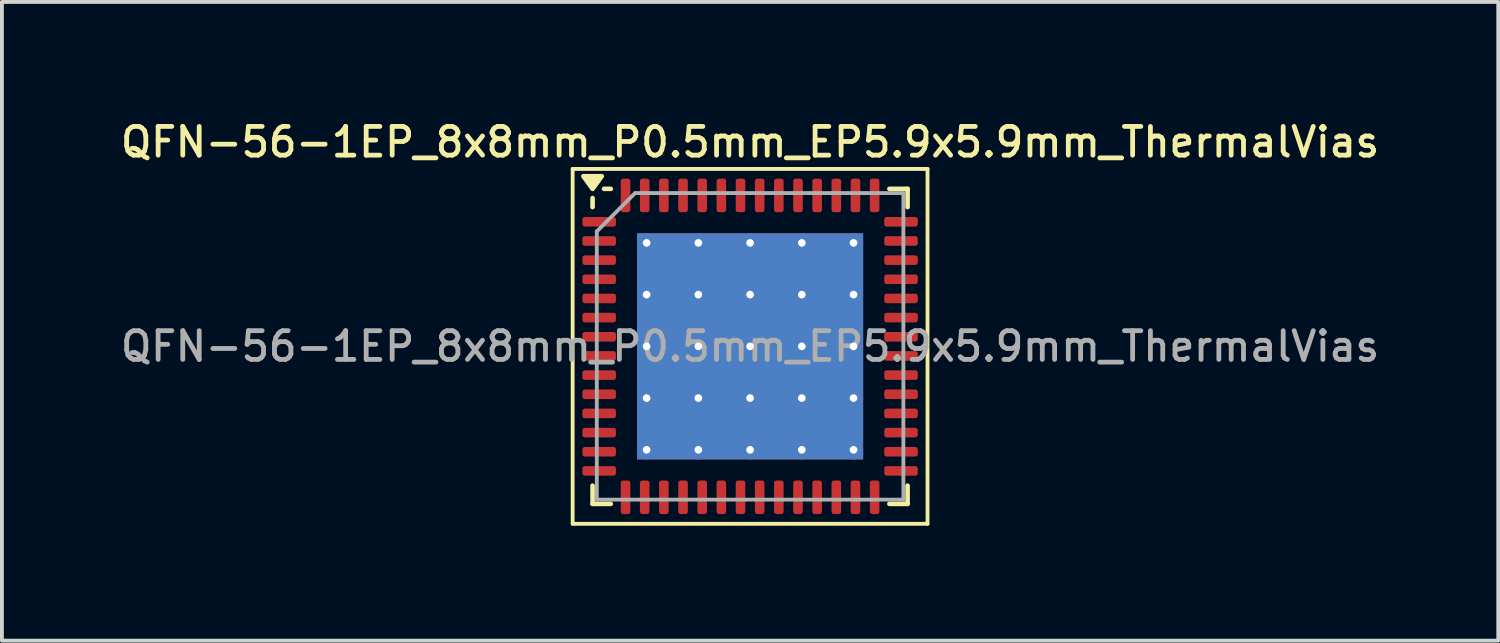
<source format=kicad_pcb>
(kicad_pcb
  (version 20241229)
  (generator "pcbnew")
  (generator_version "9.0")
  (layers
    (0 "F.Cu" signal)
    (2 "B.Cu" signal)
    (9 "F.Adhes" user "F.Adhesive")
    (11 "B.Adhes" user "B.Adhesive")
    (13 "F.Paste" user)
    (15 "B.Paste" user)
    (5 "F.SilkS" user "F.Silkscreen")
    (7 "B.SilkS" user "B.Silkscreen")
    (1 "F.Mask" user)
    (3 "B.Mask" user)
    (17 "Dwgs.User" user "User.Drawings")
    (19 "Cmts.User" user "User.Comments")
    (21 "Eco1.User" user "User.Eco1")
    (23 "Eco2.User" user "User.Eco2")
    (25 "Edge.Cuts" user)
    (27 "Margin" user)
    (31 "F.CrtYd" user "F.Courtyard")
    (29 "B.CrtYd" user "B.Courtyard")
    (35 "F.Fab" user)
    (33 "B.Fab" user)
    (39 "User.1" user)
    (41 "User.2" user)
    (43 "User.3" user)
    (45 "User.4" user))
  (footprint "QFN-56-1EP_8x8mm_P0.5mm_EP5.9x5.9mm_ThermalVias"
    (layer "F.Cu")
    (at 16.523 5.988)
    (property "Reference" "QFN-56-1EP_8x8mm_P0.5mm_EP5.9x5.9mm_ThermalVias" (at 0 -5.33 0) (layer "F.SilkS") (effects (font (size 0.75 0.75) (thickness 0.125))))
    (attr smd)
    (fp_line (start -4.63 -4.63) (end -4.63 4.63) (stroke (width 0.1) (type solid)) (layer "F.SilkS"))
    (fp_line (start -4.63 4.63) (end 4.63 4.63) (stroke (width 0.1) (type solid)) (layer "F.SilkS"))
    (fp_line (start -4.11 -3.635) (end -4.11 -3.87) (stroke (width 0.12) (type solid)) (layer "F.SilkS"))
    (fp_line (start -4.11 4.11) (end -4.11 3.635) (stroke (width 0.12) (type solid)) (layer "F.SilkS"))
    (fp_line (start -3.635 -4.11) (end -3.81 -4.11) (stroke (width 0.12) (type solid)) (layer "F.SilkS"))
    (fp_line (start -3.635 4.11) (end -4.11 4.11) (stroke (width 0.12) (type solid)) (layer "F.SilkS"))
    (fp_line (start 3.635 -4.11) (end 4.11 -4.11) (stroke (width 0.12) (type solid)) (layer "F.SilkS"))
    (fp_line (start 3.635 4.11) (end 4.11 4.11) (stroke (width 0.12) (type solid)) (layer "F.SilkS"))
    (fp_line (start 4.11 -4.11) (end 4.11 -3.635) (stroke (width 0.12) (type solid)) (layer "F.SilkS"))
    (fp_line (start 4.11 4.11) (end 4.11 3.635) (stroke (width 0.12) (type solid)) (layer "F.SilkS"))
    (fp_line (start 4.63 -4.63) (end -4.63 -4.63) (stroke (width 0.1) (type solid)) (layer "F.SilkS"))
    (fp_line (start 4.63 4.63) (end 4.63 -4.63) (stroke (width 0.1) (type solid)) (layer "F.SilkS"))
    (fp_poly (pts (xy -4.11 -4.11) (xy -4.35 -4.44) (xy -3.87 -4.44) (xy -4.11 -4.11)) (stroke (width 0.12) (type solid)) (fill yes) (layer "F.SilkS"))
    (fp_line (start -4 -3) (end -3 -4) (stroke (width 0.1) (type solid)) (layer "F.Fab"))
    (fp_line (start -4 4) (end -4 -3) (stroke (width 0.1) (type solid)) (layer "F.Fab"))
    (fp_line (start -3 -4) (end 4 -4) (stroke (width 0.1) (type solid)) (layer "F.Fab"))
    (fp_line (start 4 -4) (end 4 4) (stroke (width 0.1) (type solid)) (layer "F.Fab"))
    (fp_line (start 4 4) (end -4 4) (stroke (width 0.1) (type solid)) (layer "F.Fab"))
    (fp_text user "${REFERENCE}" (at 0 0 0) (layer "F.Fab") (effects (font (size 0.75 0.75) (thickness 0.125))))
    (pad "" smd roundrect (at -2.025 -2.025) (size 1.143 1.143) (layers "F.Paste") (roundrect_rratio 0.219))
    (pad "" smd roundrect (at -2.025 -0.675) (size 1.143 1.143) (layers "F.Paste") (roundrect_rratio 0.219))
    (pad "" smd roundrect (at -2.025 0.675) (size 1.143 1.143) (layers "F.Paste") (roundrect_rratio 0.219))
    (pad "" smd roundrect (at -2.025 2.025) (size 1.143 1.143) (layers "F.Paste") (roundrect_rratio 0.219))
    (pad "" smd roundrect (at -0.675 -2.025) (size 1.143 1.143) (layers "F.Paste") (roundrect_rratio 0.219))
    (pad "" smd roundrect (at -0.675 -0.675) (size 1.143 1.143) (layers "F.Paste") (roundrect_rratio 0.219))
    (pad "" smd roundrect (at -0.675 0.675) (size 1.143 1.143) (layers "F.Paste") (roundrect_rratio 0.219))
    (pad "" smd roundrect (at -0.675 2.025) (size 1.143 1.143) (layers "F.Paste") (roundrect_rratio 0.219))
    (pad "" smd roundrect (at 0.675 -2.025) (size 1.143 1.143) (layers "F.Paste") (roundrect_rratio 0.219))
    (pad "" smd roundrect (at 0.675 -0.675) (size 1.143 1.143) (layers "F.Paste") (roundrect_rratio 0.219))
    (pad "" smd roundrect (at 0.675 0.675) (size 1.143 1.143) (layers "F.Paste") (roundrect_rratio 0.219))
    (pad "" smd roundrect (at 0.675 2.025) (size 1.143 1.143) (layers "F.Paste") (roundrect_rratio 0.219))
    (pad "" smd roundrect (at 2.025 -2.025) (size 1.143 1.143) (layers "F.Paste") (roundrect_rratio 0.219))
    (pad "" smd roundrect (at 2.025 -0.675) (size 1.143 1.143) (layers "F.Paste") (roundrect_rratio 0.219))
    (pad "" smd roundrect (at 2.025 0.675) (size 1.143 1.143) (layers "F.Paste") (roundrect_rratio 0.219))
    (pad "" smd roundrect (at 2.025 2.025) (size 1.143 1.143) (layers "F.Paste") (roundrect_rratio 0.219))
    (pad "1" smd roundrect (at -3.938 -3.25) (size 0.875 0.25) (layers "F.Cu" "F.Mask" "F.Paste") (roundrect_rratio 0.25))
    (pad "2" smd roundrect (at -3.938 -2.75) (size 0.875 0.25) (layers "F.Cu" "F.Mask" "F.Paste") (roundrect_rratio 0.25))
    (pad "3" smd roundrect (at -3.938 -2.25) (size 0.875 0.25) (layers "F.Cu" "F.Mask" "F.Paste") (roundrect_rratio 0.25))
    (pad "4" smd roundrect (at -3.938 -1.75) (size 0.875 0.25) (layers "F.Cu" "F.Mask" "F.Paste") (roundrect_rratio 0.25))
    (pad "5" smd roundrect (at -3.938 -1.25) (size 0.875 0.25) (layers "F.Cu" "F.Mask" "F.Paste") (roundrect_rratio 0.25))
    (pad "6" smd roundrect (at -3.938 -0.75) (size 0.875 0.25) (layers "F.Cu" "F.Mask" "F.Paste") (roundrect_rratio 0.25))
    (pad "7" smd roundrect (at -3.938 -0.25) (size 0.875 0.25) (layers "F.Cu" "F.Mask" "F.Paste") (roundrect_rratio 0.25))
    (pad "8" smd roundrect (at -3.938 0.25) (size 0.875 0.25) (layers "F.Cu" "F.Mask" "F.Paste") (roundrect_rratio 0.25))
    (pad "9" smd roundrect (at -3.938 0.75) (size 0.875 0.25) (layers "F.Cu" "F.Mask" "F.Paste") (roundrect_rratio 0.25))
    (pad "10" smd roundrect (at -3.938 1.25) (size 0.875 0.25) (layers "F.Cu" "F.Mask" "F.Paste") (roundrect_rratio 0.25))
    (pad "11" smd roundrect (at -3.938 1.75) (size 0.875 0.25) (layers "F.Cu" "F.Mask" "F.Paste") (roundrect_rratio 0.25))
    (pad "12" smd roundrect (at -3.938 2.25) (size 0.875 0.25) (layers "F.Cu" "F.Mask" "F.Paste") (roundrect_rratio 0.25))
    (pad "13" smd roundrect (at -3.938 2.75) (size 0.875 0.25) (layers "F.Cu" "F.Mask" "F.Paste") (roundrect_rratio 0.25))
    (pad "14" smd roundrect (at -3.938 3.25) (size 0.875 0.25) (layers "F.Cu" "F.Mask" "F.Paste") (roundrect_rratio 0.25))
    (pad "15" smd roundrect (at -3.25 3.938) (size 0.25 0.875) (layers "F.Cu" "F.Mask" "F.Paste") (roundrect_rratio 0.25))
    (pad "16" smd roundrect (at -2.75 3.938) (size 0.25 0.875) (layers "F.Cu" "F.Mask" "F.Paste") (roundrect_rratio 0.25))
    (pad "17" smd roundrect (at -2.25 3.938) (size 0.25 0.875) (layers "F.Cu" "F.Mask" "F.Paste") (roundrect_rratio 0.25))
    (pad "18" smd roundrect (at -1.75 3.938) (size 0.25 0.875) (layers "F.Cu" "F.Mask" "F.Paste") (roundrect_rratio 0.25))
    (pad "19" smd roundrect (at -1.25 3.938) (size 0.25 0.875) (layers "F.Cu" "F.Mask" "F.Paste") (roundrect_rratio 0.25))
    (pad "20" smd roundrect (at -0.75 3.938) (size 0.25 0.875) (layers "F.Cu" "F.Mask" "F.Paste") (roundrect_rratio 0.25))
    (pad "21" smd roundrect (at -0.25 3.938) (size 0.25 0.875) (layers "F.Cu" "F.Mask" "F.Paste") (roundrect_rratio 0.25))
    (pad "22" smd roundrect (at 0.25 3.938) (size 0.25 0.875) (layers "F.Cu" "F.Mask" "F.Paste") (roundrect_rratio 0.25))
    (pad "23" smd roundrect (at 0.75 3.938) (size 0.25 0.875) (layers "F.Cu" "F.Mask" "F.Paste") (roundrect_rratio 0.25))
    (pad "24" smd roundrect (at 1.25 3.938) (size 0.25 0.875) (layers "F.Cu" "F.Mask" "F.Paste") (roundrect_rratio 0.25))
    (pad "25" smd roundrect (at 1.75 3.938) (size 0.25 0.875) (layers "F.Cu" "F.Mask" "F.Paste") (roundrect_rratio 0.25))
    (pad "26" smd roundrect (at 2.25 3.938) (size 0.25 0.875) (layers "F.Cu" "F.Mask" "F.Paste") (roundrect_rratio 0.25))
    (pad "27" smd roundrect (at 2.75 3.938) (size 0.25 0.875) (layers "F.Cu" "F.Mask" "F.Paste") (roundrect_rratio 0.25))
    (pad "28" smd roundrect (at 3.25 3.938) (size 0.25 0.875) (layers "F.Cu" "F.Mask" "F.Paste") (roundrect_rratio 0.25))
    (pad "29" smd roundrect (at 3.938 3.25) (size 0.875 0.25) (layers "F.Cu" "F.Mask" "F.Paste") (roundrect_rratio 0.25))
    (pad "30" smd roundrect (at 3.938 2.75) (size 0.875 0.25) (layers "F.Cu" "F.Mask" "F.Paste") (roundrect_rratio 0.25))
    (pad "31" smd roundrect (at 3.938 2.25) (size 0.875 0.25) (layers "F.Cu" "F.Mask" "F.Paste") (roundrect_rratio 0.25))
    (pad "32" smd roundrect (at 3.938 1.75) (size 0.875 0.25) (layers "F.Cu" "F.Mask" "F.Paste") (roundrect_rratio 0.25))
    (pad "33" smd roundrect (at 3.938 1.25) (size 0.875 0.25) (layers "F.Cu" "F.Mask" "F.Paste") (roundrect_rratio 0.25))
    (pad "34" smd roundrect (at 3.938 0.75) (size 0.875 0.25) (layers "F.Cu" "F.Mask" "F.Paste") (roundrect_rratio 0.25))
    (pad "35" smd roundrect (at 3.938 0.25) (size 0.875 0.25) (layers "F.Cu" "F.Mask" "F.Paste") (roundrect_rratio 0.25))
    (pad "36" smd roundrect (at 3.938 -0.25) (size 0.875 0.25) (layers "F.Cu" "F.Mask" "F.Paste") (roundrect_rratio 0.25))
    (pad "37" smd roundrect (at 3.938 -0.75) (size 0.875 0.25) (layers "F.Cu" "F.Mask" "F.Paste") (roundrect_rratio 0.25))
    (pad "38" smd roundrect (at 3.938 -1.25) (size 0.875 0.25) (layers "F.Cu" "F.Mask" "F.Paste") (roundrect_rratio 0.25))
    (pad "39" smd roundrect (at 3.938 -1.75) (size 0.875 0.25) (layers "F.Cu" "F.Mask" "F.Paste") (roundrect_rratio 0.25))
    (pad "40" smd roundrect (at 3.938 -2.25) (size 0.875 0.25) (layers "F.Cu" "F.Mask" "F.Paste") (roundrect_rratio 0.25))
    (pad "41" smd roundrect (at 3.938 -2.75) (size 0.875 0.25) (layers "F.Cu" "F.Mask" "F.Paste") (roundrect_rratio 0.25))
    (pad "42" smd roundrect (at 3.938 -3.25) (size 0.875 0.25) (layers "F.Cu" "F.Mask" "F.Paste") (roundrect_rratio 0.25))
    (pad "43" smd roundrect (at 3.25 -3.938) (size 0.25 0.875) (layers "F.Cu" "F.Mask" "F.Paste") (roundrect_rratio 0.25))
    (pad "44" smd roundrect (at 2.75 -3.938) (size 0.25 0.875) (layers "F.Cu" "F.Mask" "F.Paste") (roundrect_rratio 0.25))
    (pad "45" smd roundrect (at 2.25 -3.938) (size 0.25 0.875) (layers "F.Cu" "F.Mask" "F.Paste") (roundrect_rratio 0.25))
    (pad "46" smd roundrect (at 1.75 -3.938) (size 0.25 0.875) (layers "F.Cu" "F.Mask" "F.Paste") (roundrect_rratio 0.25))
    (pad "47" smd roundrect (at 1.25 -3.938) (size 0.25 0.875) (layers "F.Cu" "F.Mask" "F.Paste") (roundrect_rratio 0.25))
    (pad "48" smd roundrect (at 0.75 -3.938) (size 0.25 0.875) (layers "F.Cu" "F.Mask" "F.Paste") (roundrect_rratio 0.25))
    (pad "49" smd roundrect (at 0.25 -3.938) (size 0.25 0.875) (layers "F.Cu" "F.Mask" "F.Paste") (roundrect_rratio 0.25))
    (pad "50" smd roundrect (at -0.25 -3.938) (size 0.25 0.875) (layers "F.Cu" "F.Mask" "F.Paste") (roundrect_rratio 0.25))
    (pad "51" smd roundrect (at -0.75 -3.938) (size 0.25 0.875) (layers "F.Cu" "F.Mask" "F.Paste") (roundrect_rratio 0.25))
    (pad "52" smd roundrect (at -1.25 -3.938) (size 0.25 0.875) (layers "F.Cu" "F.Mask" "F.Paste") (roundrect_rratio 0.25))
    (pad "53" smd roundrect (at -1.75 -3.938) (size 0.25 0.875) (layers "F.Cu" "F.Mask" "F.Paste") (roundrect_rratio 0.25))
    (pad "54" smd roundrect (at -2.25 -3.938) (size 0.25 0.875) (layers "F.Cu" "F.Mask" "F.Paste") (roundrect_rratio 0.25))
    (pad "55" smd roundrect (at -2.75 -3.938) (size 0.25 0.875) (layers "F.Cu" "F.Mask" "F.Paste") (roundrect_rratio 0.25))
    (pad "56" smd roundrect (at -3.25 -3.938) (size 0.25 0.875) (layers "F.Cu" "F.Mask" "F.Paste") (roundrect_rratio 0.25))
    (pad "57" thru_hole circle (at -2.7 -2.7) (size 0.5 0.5) (drill 0.2) (property pad_prop_heatsink) (layers "*.Cu"))
    (pad "57" thru_hole circle (at -2.7 -1.35) (size 0.5 0.5) (drill 0.2) (property pad_prop_heatsink) (layers "*.Cu"))
    (pad "57" thru_hole circle (at -2.7 0) (size 0.5 0.5) (drill 0.2) (property pad_prop_heatsink) (layers "*.Cu"))
    (pad "57" thru_hole circle (at -2.7 1.35) (size 0.5 0.5) (drill 0.2) (property pad_prop_heatsink) (layers "*.Cu"))
    (pad "57" thru_hole circle (at -2.7 2.7) (size 0.5 0.5) (drill 0.2) (property pad_prop_heatsink) (layers "*.Cu"))
    (pad "57" thru_hole circle (at -1.35 -2.7) (size 0.5 0.5) (drill 0.2) (property pad_prop_heatsink) (layers "*.Cu"))
    (pad "57" thru_hole circle (at -1.35 -1.35) (size 0.5 0.5) (drill 0.2) (property pad_prop_heatsink) (layers "*.Cu"))
    (pad "57" thru_hole circle (at -1.35 0) (size 0.5 0.5) (drill 0.2) (property pad_prop_heatsink) (layers "*.Cu"))
    (pad "57" thru_hole circle (at -1.35 1.35) (size 0.5 0.5) (drill 0.2) (property pad_prop_heatsink) (layers "*.Cu"))
    (pad "57" thru_hole circle (at -1.35 2.7) (size 0.5 0.5) (drill 0.2) (property pad_prop_heatsink) (layers "*.Cu"))
    (pad "57" thru_hole circle (at 0 -2.7) (size 0.5 0.5) (drill 0.2) (property pad_prop_heatsink) (layers "*.Cu"))
    (pad "57" thru_hole circle (at 0 -1.35) (size 0.5 0.5) (drill 0.2) (property pad_prop_heatsink) (layers "*.Cu"))
    (pad "57" thru_hole circle (at 0 0) (size 0.5 0.5) (drill 0.2) (property pad_prop_heatsink) (layers "*.Cu"))
    (pad "57" smd rect (at 0 0) (size 5.9 5.9) (property pad_prop_heatsink) (layers "F.Cu" "F.Mask"))
    (pad "57" smd rect (at 0 0) (size 5.9 5.9) (property pad_prop_heatsink) (layers "B.Cu"))
    (pad "57" thru_hole circle (at 0 1.35) (size 0.5 0.5) (drill 0.2) (property pad_prop_heatsink) (layers "*.Cu"))
    (pad "57" thru_hole circle (at 0 2.7) (size 0.5 0.5) (drill 0.2) (property pad_prop_heatsink) (layers "*.Cu"))
    (pad "57" thru_hole circle (at 1.35 -2.7) (size 0.5 0.5) (drill 0.2) (property pad_prop_heatsink) (layers "*.Cu"))
    (pad "57" thru_hole circle (at 1.35 -1.35) (size 0.5 0.5) (drill 0.2) (property pad_prop_heatsink) (layers "*.Cu"))
    (pad "57" thru_hole circle (at 1.35 0) (size 0.5 0.5) (drill 0.2) (property pad_prop_heatsink) (layers "*.Cu"))
    (pad "57" thru_hole circle (at 1.35 1.35) (size 0.5 0.5) (drill 0.2) (property pad_prop_heatsink) (layers "*.Cu"))
    (pad "57" thru_hole circle (at 1.35 2.7) (size 0.5 0.5) (drill 0.2) (property pad_prop_heatsink) (layers "*.Cu"))
    (pad "57" thru_hole circle (at 2.7 -2.7) (size 0.5 0.5) (drill 0.2) (property pad_prop_heatsink) (layers "*.Cu"))
    (pad "57" thru_hole circle (at 2.7 -1.35) (size 0.5 0.5) (drill 0.2) (property pad_prop_heatsink) (layers "*.Cu"))
    (pad "57" thru_hole circle (at 2.7 0) (size 0.5 0.5) (drill 0.2) (property pad_prop_heatsink) (layers "*.Cu"))
    (pad "57" thru_hole circle (at 2.7 1.35) (size 0.5 0.5) (drill 0.2) (property pad_prop_heatsink) (layers "*.Cu"))
    (pad "57" thru_hole circle (at 2.7 2.7) (size 0.5 0.5) (drill 0.2) (property pad_prop_heatsink) (layers "*.Cu")))
  (gr_rect
    (start -3 -3)
    (end 36.046 13.668)
    (stroke (width 0.1) (type default))
    (fill no)
    (layer "Edge.Cuts")))
</source>
